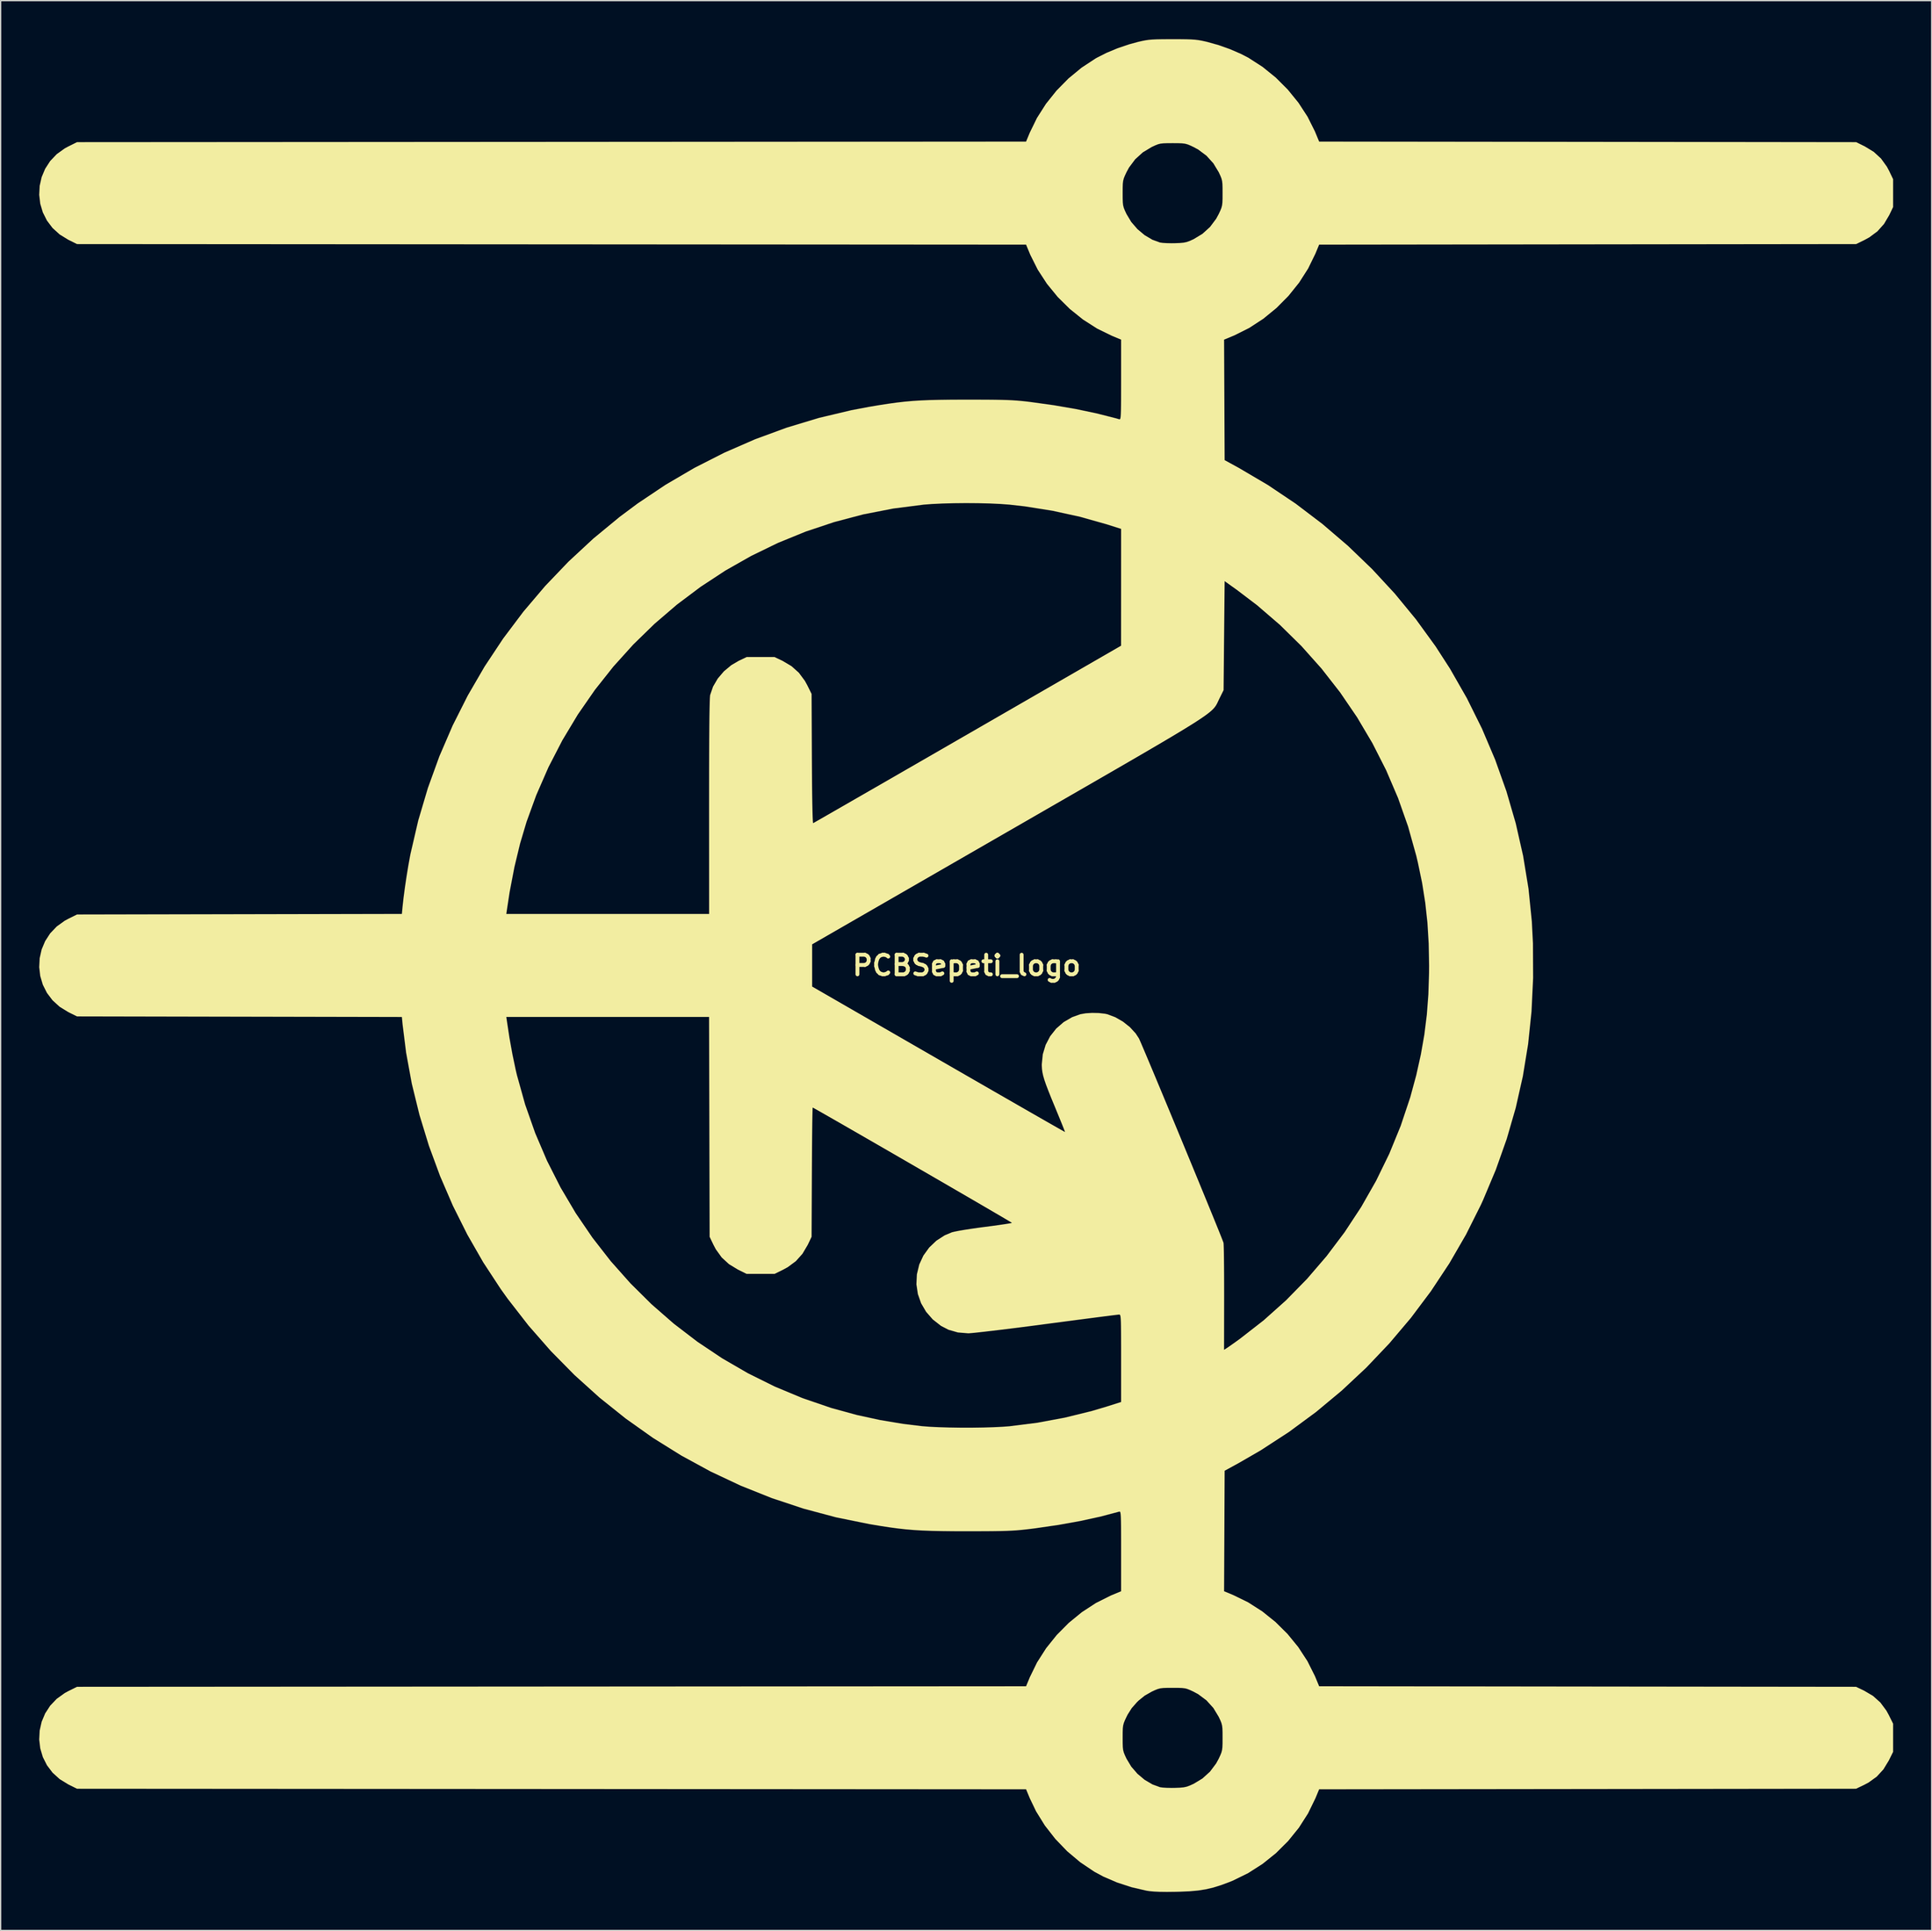
<source format=kicad_pcb>
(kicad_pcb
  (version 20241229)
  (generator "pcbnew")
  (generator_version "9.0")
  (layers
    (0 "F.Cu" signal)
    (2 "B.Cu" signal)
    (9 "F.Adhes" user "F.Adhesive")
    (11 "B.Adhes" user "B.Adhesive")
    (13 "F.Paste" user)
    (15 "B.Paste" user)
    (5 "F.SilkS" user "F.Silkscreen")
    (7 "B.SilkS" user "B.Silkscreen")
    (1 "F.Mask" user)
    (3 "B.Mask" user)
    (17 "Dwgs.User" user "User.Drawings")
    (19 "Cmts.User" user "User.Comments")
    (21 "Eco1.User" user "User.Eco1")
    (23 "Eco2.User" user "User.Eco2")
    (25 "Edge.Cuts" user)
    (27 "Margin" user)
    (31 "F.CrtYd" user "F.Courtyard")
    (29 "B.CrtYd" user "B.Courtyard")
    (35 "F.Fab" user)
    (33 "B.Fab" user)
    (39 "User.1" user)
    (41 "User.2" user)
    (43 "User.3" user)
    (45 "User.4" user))
  (footprint "PCBSepeti_logo"
    (layer "F.Cu")
    (at 72.143 72.071)
    (property "Reference" "PCBSepeti_logo" (at 0 0 0) (layer "F.SilkS") (effects (font (size 1.524 1.524) (thickness 0.3))))
    (attr board_only exclude_from_pos_files exclude_from_bom)
    (fp_poly (pts (xy 16.625 -72.07) (xy 17.095 -72.065) (xy 17.466 -72.053) (xy 17.769 -72.032) (xy 18.035 -72) (xy 18.294 -71.954) (xy 18.577 -71.892) (xy 18.717 -71.859) (xy 19.598 -71.613) (xy 20.489 -71.296) (xy 21.329 -70.933) (xy 21.921 -70.627) (xy 23.018 -69.92) (xy 24.045 -69.089) (xy 24.982 -68.152) (xy 25.814 -67.129) (xy 26.524 -66.038) (xy 27.094 -64.899) (xy 27.134 -64.803) (xy 27.425 -64.102) (xy 48.313 -64.082) (xy 69.201 -64.061) (xy 69.88 -63.724) (xy 70.567 -63.305) (xy 71.134 -62.784) (xy 71.591 -62.149) (xy 71.775 -61.801) (xy 72.074 -61.176) (xy 72.074 -59.013) (xy 71.775 -58.388) (xy 71.366 -57.695) (xy 70.853 -57.121) (xy 70.225 -56.654) (xy 69.88 -56.465) (xy 69.201 -56.128) (xy 48.313 -56.108) (xy 27.425 -56.087) (xy 27.134 -55.386) (xy 26.569 -54.229) (xy 25.865 -53.127) (xy 25.038 -52.097) (xy 24.105 -51.156) (xy 23.082 -50.319) (xy 21.985 -49.604) (xy 20.83 -49.026) (xy 20.732 -48.985) (xy 20.03 -48.693) (xy 20.072 -39.319) (xy 21.193 -38.704) (xy 23.438 -37.382) (xy 25.604 -35.928) (xy 27.682 -34.348) (xy 29.665 -32.65) (xy 31.544 -30.842) (xy 33.311 -28.931) (xy 34.959 -26.926) (xy 36.478 -24.834) (xy 37.605 -23.088) (xy 38.92 -20.787) (xy 40.091 -18.426) (xy 41.115 -16.014) (xy 41.991 -13.556) (xy 42.717 -11.061) (xy 43.29 -8.534) (xy 43.709 -5.983) (xy 43.97 -3.414) (xy 44.056 -1.723) (xy 44.07 0.965) (xy 43.945 3.579) (xy 43.679 6.13) (xy 43.27 8.626) (xy 42.717 11.079) (xy 42.017 13.497) (xy 41.169 15.891) (xy 40.17 18.27) (xy 40.011 18.617) (xy 38.852 20.934) (xy 37.554 23.178) (xy 36.122 25.343) (xy 34.563 27.423) (xy 32.882 29.41) (xy 31.087 31.299) (xy 29.182 33.081) (xy 27.176 34.751) (xy 25.073 36.302) (xy 22.881 37.728) (xy 21.193 38.704) (xy 20.072 39.319) (xy 20.051 44.006) (xy 20.03 48.693) (xy 20.732 48.985) (xy 21.89 49.55) (xy 22.993 50.255) (xy 24.023 51.081) (xy 24.964 52.015) (xy 25.8 53.038) (xy 26.515 54.134) (xy 27.093 55.288) (xy 27.134 55.386) (xy 27.425 56.087) (xy 48.307 56.108) (xy 69.189 56.128) (xy 69.814 56.427) (xy 70.507 56.836) (xy 71.081 57.349) (xy 71.548 57.977) (xy 71.737 58.322) (xy 72.074 59.001) (xy 72.074 61.188) (xy 71.737 61.867) (xy 71.318 62.555) (xy 70.797 63.121) (xy 70.162 63.578) (xy 69.814 63.763) (xy 69.189 64.061) (xy 48.307 64.082) (xy 27.425 64.102) (xy 27.134 64.803) (xy 26.56 65.981) (xy 25.847 67.095) (xy 25.01 68.13) (xy 24.064 69.073) (xy 23.02 69.91) (xy 21.895 70.629) (xy 20.701 71.215) (xy 20.441 71.32) (xy 19.786 71.563) (xy 19.189 71.749) (xy 18.609 71.885) (xy 18.007 71.98) (xy 17.341 72.04) (xy 16.571 72.073) (xy 16.266 72.08) (xy 15.579 72.087) (xy 15.026 72.081) (xy 14.581 72.061) (xy 14.217 72.027) (xy 13.982 71.99) (xy 12.829 71.722) (xy 11.703 71.354) (xy 10.649 70.901) (xy 9.936 70.517) (xy 8.841 69.78) (xy 7.824 68.924) (xy 6.902 67.966) (xy 6.089 66.924) (xy 5.404 65.819) (xy 4.916 64.802) (xy 4.625 64.102) (xy -32.288 64.081) (xy -69.201 64.061) (xy -69.88 63.724) (xy -70.553 63.311) (xy -71.107 62.806) (xy -71.543 62.228) (xy -71.861 61.595) (xy -72.061 60.922) (xy -72.143 60.23) (xy -72.136 60.095) (xy 12.139 60.095) (xy 12.141 60.514) (xy 12.151 60.816) (xy 12.177 61.044) (xy 12.227 61.24) (xy 12.31 61.448) (xy 12.432 61.711) (xy 12.439 61.724) (xy 12.808 62.339) (xy 13.288 62.895) (xy 13.849 63.366) (xy 14.46 63.726) (xy 15.044 63.939) (xy 15.252 63.969) (xy 15.57 63.988) (xy 15.947 63.995) (xy 16.194 63.992) (xy 16.59 63.978) (xy 16.879 63.951) (xy 17.115 63.902) (xy 17.351 63.817) (xy 17.64 63.686) (xy 17.663 63.676) (xy 18.343 63.265) (xy 18.933 62.731) (xy 19.412 62.092) (xy 19.612 61.724) (xy 19.736 61.458) (xy 19.82 61.248) (xy 19.872 61.052) (xy 19.899 60.827) (xy 19.91 60.529) (xy 19.911 60.116) (xy 19.911 60.095) (xy 19.91 59.675) (xy 19.9 59.373) (xy 19.874 59.146) (xy 19.823 58.949) (xy 19.741 58.741) (xy 19.618 58.479) (xy 19.612 58.465) (xy 19.195 57.776) (xy 18.657 57.182) (xy 18.014 56.702) (xy 17.654 56.508) (xy 17.388 56.384) (xy 17.179 56.3) (xy 16.983 56.248) (xy 16.758 56.221) (xy 16.46 56.21) (xy 16.046 56.209) (xy 16.025 56.209) (xy 15.606 56.21) (xy 15.304 56.22) (xy 15.076 56.246) (xy 14.88 56.297) (xy 14.672 56.379) (xy 14.409 56.502) (xy 14.396 56.508) (xy 13.867 56.808) (xy 13.396 57.186) (xy 13.253 57.323) (xy 12.841 57.793) (xy 12.524 58.296) (xy 12.439 58.465) (xy 12.314 58.731) (xy 12.23 58.941) (xy 12.179 59.137) (xy 12.151 59.362) (xy 12.141 59.66) (xy 12.139 60.074) (xy 12.139 60.095) (xy -72.136 60.095) (xy -72.107 59.533) (xy -71.953 58.851) (xy -71.68 58.2) (xy -71.29 57.599) (xy -70.781 57.064) (xy -70.154 56.613) (xy -69.88 56.465) (xy -69.201 56.128) (xy -32.288 56.108) (xy 4.625 56.088) (xy 4.916 55.387) (xy 5.481 54.229) (xy 6.186 53.127) (xy 7.012 52.097) (xy 7.946 51.156) (xy 8.969 50.319) (xy 10.066 49.604) (xy 11.22 49.026) (xy 11.318 48.985) (xy 12.019 48.694) (xy 12.019 45.575) (xy 12.019 44.785) (xy 12.017 44.142) (xy 12.014 43.629) (xy 12.008 43.233) (xy 11.999 42.94) (xy 11.986 42.733) (xy 11.969 42.601) (xy 11.947 42.526) (xy 11.919 42.496) (xy 11.884 42.496) (xy 11.879 42.497) (xy 10.433 42.88) (xy 8.851 43.226) (xy 7.153 43.532) (xy 5.357 43.793) (xy 4.967 43.842) (xy 4.587 43.887) (xy 4.235 43.924) (xy 3.892 43.954) (xy 3.536 43.977) (xy 3.146 43.995) (xy 2.7 44.008) (xy 2.177 44.016) (xy 1.556 44.021) (xy 0.816 44.023) (xy 0 44.024) (xy -1.035 44.022) (xy -1.937 44.013) (xy -2.73 43.996) (xy -3.442 43.969) (xy -4.098 43.93) (xy -4.725 43.877) (xy -5.348 43.808) (xy -5.994 43.721) (xy -6.689 43.615) (xy -7.46 43.486) (xy -7.583 43.465) (xy -10.156 42.942) (xy -12.682 42.267) (xy -15.155 41.445) (xy -17.569 40.48) (xy -19.919 39.374) (xy -22.199 38.131) (xy -24.403 36.757) (xy -26.524 35.252) (xy -28.559 33.623) (xy -30.5 31.872) (xy -32.342 30.003) (xy -34.079 28.02) (xy -35.706 25.926) (xy -36.245 25.171) (xy -37.598 23.106) (xy -38.839 20.942) (xy -39.962 18.697) (xy -40.96 16.385) (xy -41.83 14.023) (xy -42.563 11.626) (xy -43.156 9.209) (xy -43.601 6.788) (xy -43.875 4.588) (xy -43.93 4.009) (xy -45.37 4.006) (xy -35.806 4.006) (xy -35.764 4.307) (xy -35.562 5.632) (xy -35.331 6.913) (xy -35.082 8.101) (xy -34.98 8.533) (xy -34.342 10.82) (xy -33.56 13.043) (xy -32.64 15.197) (xy -31.587 17.275) (xy -30.406 19.274) (xy -29.103 21.186) (xy -27.683 23.009) (xy -26.151 24.734) (xy -24.513 26.359) (xy -22.775 27.876) (xy -20.94 29.281) (xy -19.016 30.568) (xy -17.007 31.733) (xy -14.918 32.769) (xy -12.755 33.671) (xy -10.524 34.434) (xy -8.533 34.98) (xy -6.743 35.369) (xy -4.933 35.672) (xy -3.485 35.847) (xy -2.882 35.894) (xy -2.154 35.929) (xy -1.338 35.953) (xy -0.47 35.965) (xy 0.415 35.965) (xy 1.28 35.954) (xy 2.09 35.93) (xy 2.809 35.895) (xy 3.332 35.856) (xy 5.489 35.585) (xy 7.642 35.185) (xy 9.746 34.667) (xy 10.877 34.33) (xy 12.019 33.969) (xy 12.019 30.566) (xy 12.019 29.738) (xy 12.017 29.056) (xy 12.014 28.506) (xy 12.009 28.074) (xy 12.002 27.746) (xy 11.99 27.507) (xy 11.975 27.344) (xy 11.955 27.242) (xy 11.93 27.187) (xy 11.899 27.166) (xy 11.874 27.163) (xy 11.772 27.173) (xy 11.524 27.203) (xy 11.144 27.25) (xy 10.645 27.314) (xy 10.04 27.392) (xy 9.342 27.483) (xy 8.565 27.584) (xy 7.723 27.695) (xy 6.827 27.813) (xy 6.245 27.89) (xy 5.307 28.014) (xy 4.4 28.131) (xy 3.541 28.239) (xy 2.743 28.338) (xy 2.022 28.425) (xy 1.392 28.498) (xy 0.869 28.556) (xy 0.467 28.597) (xy 0.201 28.619) (xy 0.12 28.622) (xy -0.68 28.557) (xy -1.409 28.347) (xy -1.998 28.041) (xy -2.636 27.54) (xy -3.151 26.949) (xy -3.539 26.286) (xy -3.792 25.568) (xy -3.904 24.813) (xy -3.869 24.039) (xy -3.684 23.272) (xy -3.362 22.575) (xy -2.911 21.95) (xy -2.351 21.417) (xy -1.705 21) (xy -1.148 20.765) (xy -0.941 20.713) (xy -0.602 20.647) (xy -0.158 20.571) (xy 0.363 20.49) (xy 0.934 20.408) (xy 1.422 20.344) (xy 1.982 20.271) (xy 2.486 20.202) (xy 2.912 20.14) (xy 3.242 20.089) (xy 3.453 20.051) (xy 3.526 20.03) (xy 3.458 19.985) (xy 3.262 19.867) (xy 2.949 19.682) (xy 2.529 19.435) (xy 2.013 19.133) (xy 1.412 18.782) (xy 0.737 18.388) (xy -0.002 17.958) (xy -0.795 17.498) (xy -1.629 17.013) (xy -2.495 16.511) (xy -3.382 15.997) (xy -4.279 15.478) (xy -5.175 14.959) (xy -6.06 14.447) (xy -6.923 13.949) (xy -7.753 13.47) (xy -8.539 13.017) (xy -9.271 12.595) (xy -9.938 12.212) (xy -10.529 11.873) (xy -11.034 11.584) (xy -11.441 11.352) (xy -11.741 11.183) (xy -11.921 11.083) (xy -11.973 11.057) (xy -11.981 11.135) (xy -11.988 11.36) (xy -11.996 11.718) (xy -12.004 12.195) (xy -12.011 12.778) (xy -12.018 13.454) (xy -12.025 14.209) (xy -12.03 15.03) (xy -12.035 15.902) (xy -12.036 16.085) (xy -12.059 21.113) (xy -12.357 21.738) (xy -12.767 22.432) (xy -13.279 23.006) (xy -13.907 23.472) (xy -14.252 23.661) (xy -14.931 23.998) (xy -17.119 23.998) (xy -17.798 23.661) (xy -18.485 23.242) (xy -19.052 22.721) (xy -19.509 22.086) (xy -19.693 21.738) (xy -19.991 21.113) (xy -20.034 4.006) (xy -35.806 4.006) (xy -45.37 4.006) (xy -69.201 3.966) (xy -69.88 3.63) (xy -70.553 3.216) (xy -71.107 2.711) (xy -71.543 2.134) (xy -71.861 1.5) (xy -72.061 0.828) (xy -72.143 0.135) (xy -72.107 -0.561) (xy -71.953 -1.244) (xy -71.786 -1.643) (xy -12.015 -1.643) (xy -12.015 1.643) (xy -2.188 7.311) (xy -1.031 7.978) (xy 0.086 8.622) (xy 1.158 9.239) (xy 2.175 9.825) (xy 3.131 10.374) (xy 4.017 10.884) (xy 4.825 11.348) (xy 5.548 11.762) (xy 6.177 12.123) (xy 6.706 12.425) (xy 7.126 12.664) (xy 7.429 12.835) (xy 7.607 12.935) (xy 7.655 12.96) (xy 7.63 12.884) (xy 7.551 12.68) (xy 7.426 12.367) (xy 7.263 11.965) (xy 7.07 11.495) (xy 6.876 11.024) (xy 6.588 10.325) (xy 6.359 9.752) (xy 6.181 9.285) (xy 6.049 8.902) (xy 5.957 8.584) (xy 5.897 8.308) (xy 5.864 8.056) (xy 5.85 7.805) (xy 5.849 7.692) (xy 5.926 6.916) (xy 6.148 6.183) (xy 6.5 5.509) (xy 6.97 4.913) (xy 7.544 4.413) (xy 8.207 4.026) (xy 8.843 3.797) (xy 9.261 3.724) (xy 9.765 3.693) (xy 10.286 3.704) (xy 10.755 3.756) (xy 10.948 3.797) (xy 11.564 4.027) (xy 12.162 4.371) (xy 12.703 4.801) (xy 13.151 5.288) (xy 13.402 5.672) (xy 13.461 5.799) (xy 13.576 6.061) (xy 13.74 6.446) (xy 13.95 6.941) (xy 14.2 7.534) (xy 14.486 8.214) (xy 14.801 8.969) (xy 15.142 9.786) (xy 15.503 10.653) (xy 15.879 11.558) (xy 16.266 12.491) (xy 16.658 13.437) (xy 17.05 14.386) (xy 17.438 15.325) (xy 17.816 16.242) (xy 18.18 17.126) (xy 18.524 17.964) (xy 18.844 18.745) (xy 19.135 19.456) (xy 19.391 20.085) (xy 19.608 20.62) (xy 19.78 21.05) (xy 19.903 21.362) (xy 19.972 21.544) (xy 19.985 21.583) (xy 19.995 21.707) (xy 20.005 21.974) (xy 20.014 22.369) (xy 20.021 22.876) (xy 20.027 23.478) (xy 20.031 24.159) (xy 20.033 24.903) (xy 20.034 25.693) (xy 20.034 25.86) (xy 20.028 29.908) (xy 20.25 29.766) (xy 20.402 29.663) (xy 20.648 29.491) (xy 20.954 29.273) (xy 21.274 29.042) (xy 23.109 27.612) (xy 24.846 26.059) (xy 26.478 24.393) (xy 28.001 22.621) (xy 29.408 20.753) (xy 30.694 18.797) (xy 31.853 16.76) (xy 32.88 14.653) (xy 33.768 12.482) (xy 34.513 10.256) (xy 34.98 8.533) (xy 35.336 6.933) (xy 35.608 5.383) (xy 35.801 3.837) (xy 35.921 2.249) (xy 35.973 0.574) (xy 35.977 0) (xy 35.945 -1.713) (xy 35.848 -3.324) (xy 35.679 -4.879) (xy 35.434 -6.423) (xy 35.106 -8.002) (xy 34.98 -8.533) (xy 34.345 -10.806) (xy 33.562 -13.028) (xy 32.636 -15.191) (xy 31.572 -17.287) (xy 30.376 -19.309) (xy 29.053 -21.249) (xy 27.609 -23.099) (xy 26.048 -24.85) (xy 24.376 -26.496) (xy 22.598 -28.027) (xy 21.033 -29.216) (xy 20.072 -29.904) (xy 19.991 -21.421) (xy 19.652 -20.737) (xy 19.591 -20.609) (xy 19.536 -20.492) (xy 19.484 -20.383) (xy 19.427 -20.278) (xy 19.361 -20.174) (xy 19.28 -20.067) (xy 19.179 -19.954) (xy 19.053 -19.832) (xy 18.895 -19.697) (xy 18.701 -19.546) (xy 18.465 -19.376) (xy 18.182 -19.182) (xy 17.846 -18.962) (xy 17.452 -18.712) (xy 16.994 -18.429) (xy 16.467 -18.109) (xy 15.866 -17.749) (xy 15.184 -17.345) (xy 14.417 -16.895) (xy 13.56 -16.394) (xy 12.606 -15.84) (xy 11.55 -15.228) (xy 10.387 -14.556) (xy 9.112 -13.82) (xy 7.719 -13.017) (xy 6.202 -12.143) (xy 4.557 -11.194) (xy 3.137 -10.376) (xy -12.015 -1.643) (xy -71.786 -1.643) (xy -71.68 -1.894) (xy -71.29 -2.496) (xy -70.781 -3.031) (xy -70.154 -3.482) (xy -69.88 -3.63) (xy -69.201 -3.966) (xy -56.565 -3.987) (xy -45.1 -4.006) (xy -35.806 -4.006) (xy -20.03 -4.006) (xy -20.033 -12.332) (xy -20.032 -13.892) (xy -20.031 -15.294) (xy -20.027 -16.539) (xy -20.022 -17.629) (xy -20.015 -18.565) (xy -20.007 -19.35) (xy -19.996 -19.985) (xy -19.984 -20.472) (xy -19.971 -20.812) (xy -19.955 -21.007) (xy -19.95 -21.041) (xy -19.724 -21.697) (xy -19.361 -22.32) (xy -18.88 -22.885) (xy -18.304 -23.365) (xy -17.732 -23.7) (xy -17.107 -23.998) (xy -14.944 -23.998) (xy -14.319 -23.7) (xy -13.625 -23.29) (xy -13.051 -22.777) (xy -12.584 -22.149) (xy -12.395 -21.804) (xy -12.059 -21.126) (xy -12.036 -16.086) (xy -12.03 -15.053) (xy -12.023 -14.122) (xy -12.013 -13.299) (xy -12.002 -12.593) (xy -11.99 -12.012) (xy -11.977 -11.563) (xy -11.962 -11.255) (xy -11.947 -11.094) (xy -11.938 -11.072) (xy -11.862 -11.114) (xy -11.654 -11.232) (xy -11.321 -11.422) (xy -10.872 -11.68) (xy -10.312 -12.002) (xy -9.649 -12.383) (xy -8.89 -12.82) (xy -8.042 -13.308) (xy -7.112 -13.843) (xy -6.108 -14.421) (xy -5.037 -15.039) (xy -3.905 -15.691) (xy -2.721 -16.374) (xy -1.49 -17.084) (xy -0.221 -17.817) (xy 0.077 -17.988) (xy 12.016 -24.879) (xy 12.018 -29.424) (xy 12.019 -33.969) (xy 10.877 -34.33) (xy 8.82 -34.911) (xy 6.688 -35.378) (xy 4.528 -35.721) (xy 3.332 -35.856) (xy 2.625 -35.908) (xy 1.799 -35.946) (xy 0.894 -35.968) (xy -0.049 -35.974) (xy -0.99 -35.966) (xy -1.889 -35.942) (xy -2.705 -35.903) (xy -3.332 -35.856) (xy -5.708 -35.551) (xy -8.036 -35.097) (xy -10.31 -34.496) (xy -12.526 -33.755) (xy -14.678 -32.876) (xy -16.759 -31.864) (xy -18.766 -30.725) (xy -20.691 -29.461) (xy -22.531 -28.079) (xy -24.278 -26.581) (xy -25.929 -24.972) (xy -27.476 -23.257) (xy -28.915 -21.441) (xy -30.241 -19.527) (xy -31.447 -17.519) (xy -32.528 -15.424) (xy -33.48 -13.243) (xy -34.231 -11.178) (xy -34.735 -9.486) (xy -35.175 -7.66) (xy -35.548 -5.713) (xy -35.764 -4.307) (xy -35.806 -4.006) (xy -45.1 -4.006) (xy -43.93 -4.008) (xy -43.875 -4.588) (xy -43.798 -5.284) (xy -43.693 -6.08) (xy -43.568 -6.922) (xy -43.431 -7.755) (xy -43.291 -8.523) (xy -43.257 -8.694) (xy -42.658 -11.275) (xy -41.909 -13.802) (xy -41.015 -16.27) (xy -39.979 -18.672) (xy -38.804 -21.004) (xy -37.494 -23.26) (xy -36.053 -25.434) (xy -34.483 -27.522) (xy -32.789 -29.518) (xy -30.973 -31.417) (xy -29.04 -33.212) (xy -26.993 -34.9) (xy -25.587 -35.948) (xy -23.427 -37.395) (xy -21.177 -38.713) (xy -18.848 -39.897) (xy -16.451 -40.943) (xy -13.997 -41.845) (xy -11.498 -42.601) (xy -8.962 -43.204) (xy -7.583 -43.465) (xy -6.799 -43.597) (xy -6.095 -43.706) (xy -5.443 -43.796) (xy -4.818 -43.867) (xy -4.193 -43.923) (xy -3.543 -43.964) (xy -2.841 -43.993) (xy -2.062 -44.011) (xy -1.178 -44.021) (xy -0.165 -44.024) (xy 0 -44.024) (xy 0.87 -44.023) (xy 1.601 -44.021) (xy 2.215 -44.016) (xy 2.732 -44.007) (xy 3.173 -43.994) (xy 3.561 -43.976) (xy 3.915 -43.952) (xy 4.258 -43.922) (xy 4.611 -43.885) (xy 4.967 -43.842) (xy 6.78 -43.591) (xy 8.501 -43.294) (xy 10.11 -42.956) (xy 11.586 -42.581) (xy 11.879 -42.497) (xy 11.914 -42.495) (xy 11.943 -42.52) (xy 11.966 -42.587) (xy 11.984 -42.71) (xy 11.997 -42.905) (xy 12.007 -43.185) (xy 12.013 -43.565) (xy 12.017 -44.06) (xy 12.018 -44.684) (xy 12.019 -45.451) (xy 12.019 -45.575) (xy 12.019 -48.694) (xy 11.318 -48.985) (xy 10.16 -49.55) (xy 9.058 -50.255) (xy 8.028 -51.082) (xy 7.086 -52.015) (xy 6.25 -53.038) (xy 5.535 -54.135) (xy 4.957 -55.289) (xy 4.916 -55.387) (xy 4.625 -56.087) (xy -69.201 -56.128) (xy -69.88 -56.465) (xy -70.553 -56.879) (xy -71.107 -57.383) (xy -71.543 -57.961) (xy -71.861 -58.595) (xy -72.061 -59.267) (xy -72.143 -59.96) (xy -72.136 -60.095) (xy 12.139 -60.095) (xy 12.141 -59.675) (xy 12.151 -59.373) (xy 12.177 -59.146) (xy 12.227 -58.949) (xy 12.31 -58.741) (xy 12.432 -58.479) (xy 12.439 -58.465) (xy 12.808 -57.85) (xy 13.288 -57.294) (xy 13.849 -56.823) (xy 14.46 -56.463) (xy 15.044 -56.25) (xy 15.252 -56.221) (xy 15.57 -56.201) (xy 15.947 -56.194) (xy 16.194 -56.197) (xy 16.59 -56.212) (xy 16.879 -56.238) (xy 17.115 -56.288) (xy 17.351 -56.372) (xy 17.64 -56.503) (xy 17.663 -56.514) (xy 18.343 -56.924) (xy 18.933 -57.458) (xy 19.412 -58.097) (xy 19.612 -58.465) (xy 19.736 -58.731) (xy 19.82 -58.941) (xy 19.872 -59.137) (xy 19.899 -59.362) (xy 19.91 -59.66) (xy 19.911 -60.074) (xy 19.911 -60.095) (xy 19.91 -60.514) (xy 19.9 -60.816) (xy 19.874 -61.044) (xy 19.823 -61.24) (xy 19.741 -61.448) (xy 19.618 -61.711) (xy 19.612 -61.724) (xy 19.195 -62.413) (xy 18.657 -63.007) (xy 18.014 -63.487) (xy 17.654 -63.681) (xy 17.388 -63.806) (xy 17.179 -63.89) (xy 16.983 -63.941) (xy 16.758 -63.968) (xy 16.46 -63.979) (xy 16.046 -63.981) (xy 16.025 -63.981) (xy 15.606 -63.979) (xy 15.304 -63.969) (xy 15.076 -63.943) (xy 14.88 -63.893) (xy 14.672 -63.81) (xy 14.409 -63.687) (xy 14.396 -63.681) (xy 13.707 -63.265) (xy 13.113 -62.726) (xy 12.633 -62.083) (xy 12.439 -61.724) (xy 12.314 -61.458) (xy 12.23 -61.248) (xy 12.179 -61.052) (xy 12.151 -60.827) (xy 12.141 -60.529) (xy 12.139 -60.116) (xy 12.139 -60.095) (xy -72.136 -60.095) (xy -72.107 -60.656) (xy -71.953 -61.338) (xy -71.68 -61.989) (xy -71.29 -62.59) (xy -70.781 -63.125) (xy -70.154 -63.576) (xy -69.88 -63.724) (xy -69.201 -64.061) (xy -32.288 -64.081) (xy 4.625 -64.102) (xy 4.916 -64.802) (xy 5.474 -65.945) (xy 6.173 -67.041) (xy 6.995 -68.07) (xy 7.925 -69.015) (xy 8.945 -69.856) (xy 10.037 -70.574) (xy 10.13 -70.627) (xy 10.887 -71.01) (xy 11.743 -71.366) (xy 12.637 -71.67) (xy 13.333 -71.859) (xy 13.637 -71.929) (xy 13.903 -71.982) (xy 14.162 -72.02) (xy 14.445 -72.045) (xy 14.782 -72.061) (xy 15.205 -72.068) (xy 15.744 -72.071) (xy 16.025 -72.071)) (stroke (width 0) (type solid)) (fill yes) (layer "F.SilkS")))
  (gr_rect
    (start -3 -3)
    (end 147.217 147.158)
    (stroke (width 0.1) (type default))
    (fill no)
    (layer "Edge.Cuts")))
</source>
